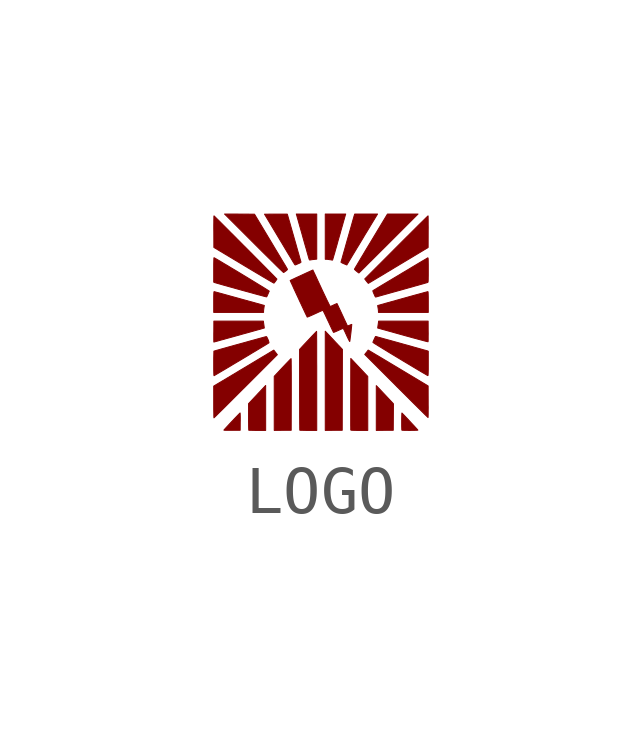
<source format=kicad_sym>
(kicad_symbol_lib
  (version 20220914)
  (generator "bitmap2component")
  (generator_version "9.0")
  (symbol "LOGO"
    (pin_names
      (offset 1.016))
    (property "Reference" "#G"
      (at 0 1.846 0)
      (effects (font (size 1.27 1.27)) hide))
    (symbol "LOGO_0_0"
      (polyline (pts (xy -1.859 -2.301) (xy -1.687 -2.3) (xy -1.686 -2.119) (xy -1.685 -2.111) (xy -1.685 -2.065) (xy -1.685 -2.024) (xy -1.686 -1.989) (xy -1.687 -1.962) (xy -1.688 -1.945) (xy -1.689 -1.939) (xy -1.694 -1.943) (xy -1.706 -1.955) (xy -1.725 -1.974) (xy -1.749 -1.999) (xy -1.778 -2.029) (xy -1.809 -2.061) (xy -1.841 -2.096) (xy -1.875 -2.131) (xy -1.908 -2.166) (xy -1.939 -2.2) (xy -1.967 -2.23) (xy -1.991 -2.256) (xy -2.01 -2.277) (xy -2.023 -2.291) (xy -2.027 -2.297) (xy -2.022 -2.299) (xy -2.006 -2.3) (xy -1.98 -2.301) (xy -1.945 -2.301) (xy -1.905 -2.301) (xy -1.859 -2.301)) (stroke (width 0.01) (type default)) (fill (type outline)))
      (polyline (pts (xy -1.155 -1.834) (xy -1.155 -1.365) (xy -1.202 -1.415) (xy -1.203 -1.416) (xy -1.221 -1.435) (xy -1.246 -1.461) (xy -1.275 -1.493) (xy -1.309 -1.528) (xy -1.344 -1.566) (xy -1.38 -1.604) (xy -1.512 -1.744) (xy -1.512 -2.019) (xy -1.512 -2.055) (xy -1.512 -2.111) (xy -1.511 -2.162) (xy -1.511 -2.207) (xy -1.51 -2.244) (xy -1.509 -2.273) (xy -1.508 -2.291) (xy -1.508 -2.298) (xy -1.508 -2.299) (xy -1.5 -2.3) (xy -1.481 -2.301) (xy -1.452 -2.301) (xy -1.417 -2.302) (xy -1.375 -2.303) (xy -1.329 -2.303) (xy -1.155 -2.303) (xy -1.155 -1.834)) (stroke (width 0.01) (type default)) (fill (type outline)))
      (polyline (pts (xy -0.799 -2.301) (xy -0.622 -2.3) (xy -0.62 -1.551) (xy -0.62 -1.547) (xy -0.62 -1.419) (xy -0.62 -1.304) (xy -0.62 -1.2) (xy -0.62 -1.108) (xy -0.621 -1.028) (xy -0.621 -0.96) (xy -0.622 -0.904) (xy -0.622 -0.861) (xy -0.623 -0.829) (xy -0.624 -0.811) (xy -0.625 -0.805) (xy -0.626 -0.805) (xy -0.634 -0.813) (xy -0.649 -0.828) (xy -0.671 -0.851) (xy -0.698 -0.879) (xy -0.73 -0.912) (xy -0.766 -0.95) (xy -0.804 -0.99) (xy -0.976 -1.174) (xy -0.976 -1.738) (xy -0.976 -2.303) (xy -0.799 -2.301)) (stroke (width 0.01) (type default)) (fill (type outline)))
      (polyline (pts (xy -0.089 -1.269) (xy -0.089 -1.179) (xy -0.089 -1.068) (xy -0.089 -0.961) (xy -0.09 -0.859) (xy -0.09 -0.762) (xy -0.09 -0.671) (xy -0.09 -0.587) (xy -0.09 -0.51) (xy -0.09 -0.442) (xy -0.091 -0.382) (xy -0.091 -0.331) (xy -0.091 -0.29) (xy -0.091 -0.261) (xy -0.092 -0.242) (xy -0.092 -0.236) (xy -0.093 -0.236) (xy -0.1 -0.244) (xy -0.115 -0.259) (xy -0.136 -0.281) (xy -0.162 -0.308) (xy -0.192 -0.339) (xy -0.224 -0.374) (xy -0.258 -0.41) (xy -0.293 -0.447) (xy -0.327 -0.483) (xy -0.36 -0.518) (xy -0.39 -0.55) (xy -0.416 -0.579) (xy -0.447 -0.612) (xy -0.447 -1.453) (xy -0.447 -1.488) (xy -0.447 -1.589) (xy -0.446 -1.687) (xy -0.446 -1.78) (xy -0.446 -1.868) (xy -0.446 -1.95) (xy -0.446 -2.025) (xy -0.445 -2.093) (xy -0.445 -2.152) (xy -0.444 -2.202) (xy -0.444 -2.243) (xy -0.443 -2.273) (xy -0.443 -2.292) (xy -0.442 -2.298) (xy -0.442 -2.299) (xy -0.434 -2.3) (xy -0.415 -2.301) (xy -0.387 -2.301) (xy -0.351 -2.302) (xy -0.31 -2.303) (xy -0.264 -2.303) (xy -0.089 -2.303) (xy -0.089 -1.269)) (stroke (width 0.01) (type default)) (fill (type outline)))
      (polyline (pts (xy 0.266 -2.301) (xy 0.443 -2.3) (xy 0.445 -1.456) (xy 0.447 -0.613) (xy 0.286 -0.442) (xy 0.251 -0.404) (xy 0.215 -0.366) (xy 0.183 -0.332) (xy 0.155 -0.302) (xy 0.132 -0.278) (xy 0.116 -0.261) (xy 0.108 -0.252) (xy 0.089 -0.233) (xy 0.089 -1.268) (xy 0.089 -2.303) (xy 0.266 -2.301)) (stroke (width 0.01) (type default)) (fill (type outline)))
      (polyline (pts (xy 0.976 -1.74) (xy 0.976 -1.177) (xy 0.799 -0.989) (xy 0.622 -0.801) (xy 0.62 -1.544) (xy 0.62 -1.595) (xy 0.62 -1.689) (xy 0.62 -1.78) (xy 0.62 -1.866) (xy 0.62 -1.947) (xy 0.62 -2.021) (xy 0.62 -2.088) (xy 0.62 -2.147) (xy 0.62 -2.197) (xy 0.621 -2.238) (xy 0.621 -2.268) (xy 0.621 -2.287) (xy 0.622 -2.295) (xy 0.623 -2.296) (xy 0.631 -2.299) (xy 0.646 -2.3) (xy 0.669 -2.301) (xy 0.702 -2.302) (xy 0.745 -2.303) (xy 0.8 -2.303) (xy 0.976 -2.303) (xy 0.976 -1.74)) (stroke (width 0.01) (type default)) (fill (type outline)))
      (polyline (pts (xy 1.331 -2.301) (xy 1.508 -2.3) (xy 1.51 -2.023) (xy 1.512 -1.748) (xy 1.358 -1.583) (xy 1.329 -1.552) (xy 1.293 -1.514) (xy 1.26 -1.479) (xy 1.231 -1.448) (xy 1.207 -1.423) (xy 1.189 -1.404) (xy 1.179 -1.394) (xy 1.154 -1.368) (xy 1.154 -1.836) (xy 1.154 -2.303) (xy 1.331 -2.301)) (stroke (width 0.01) (type default)) (fill (type outline)))
      (polyline (pts (xy 1.866 -2.303) (xy 1.905 -2.302) (xy 1.942 -2.302) (xy 1.974 -2.301) (xy 1.999 -2.3) (xy 2.016 -2.299) (xy 2.022 -2.297) (xy 2.019 -2.293) (xy 2.008 -2.28) (xy 1.99 -2.26) (xy 1.967 -2.235) (xy 1.94 -2.205) (xy 1.909 -2.172) (xy 1.877 -2.138) (xy 1.844 -2.102) (xy 1.812 -2.067) (xy 1.78 -2.034) (xy 1.752 -2.004) (xy 1.728 -1.979) (xy 1.708 -1.959) (xy 1.695 -1.945) (xy 1.689 -1.94) (xy 1.688 -1.945) (xy 1.687 -1.961) (xy 1.686 -1.986) (xy 1.685 -2.018) (xy 1.684 -2.055) (xy 1.684 -2.095) (xy 1.684 -2.136) (xy 1.684 -2.176) (xy 1.684 -2.214) (xy 1.685 -2.247) (xy 1.686 -2.273) (xy 1.687 -2.291) (xy 1.688 -2.298) (xy 1.69 -2.299) (xy 1.702 -2.3) (xy 1.723 -2.301) (xy 1.753 -2.302) (xy 1.788 -2.302) (xy 1.826 -2.303) (xy 1.866 -2.303)) (stroke (width 0.01) (type default)) (fill (type outline)))
      (polyline (pts (xy -2.234 -2.041) (xy -2.229 -2.036) (xy -2.215 -2.023) (xy -2.193 -2.002) (xy -2.164 -1.973) (xy -2.128 -1.937) (xy -2.085 -1.895) (xy -2.036 -1.847) (xy -1.982 -1.793) (xy -1.923 -1.734) (xy -1.859 -1.67) (xy -1.792 -1.603) (xy -1.721 -1.532) (xy -1.647 -1.458) (xy -1.57 -1.382) (xy -0.911 -0.723) (xy -0.948 -0.675) (xy -0.985 -0.627) (xy -1.046 -0.663) (xy -1.054 -0.668) (xy -1.075 -0.681) (xy -1.105 -0.699) (xy -1.145 -0.723) (xy -1.192 -0.751) (xy -1.246 -0.783) (xy -1.306 -0.819) (xy -1.372 -0.859) (xy -1.442 -0.901) (xy -1.517 -0.946) (xy -1.594 -0.992) (xy -1.673 -1.039) (xy -2.239 -1.378) (xy -2.239 -1.71) (xy -2.239 -1.734) (xy -2.239 -1.796) (xy -2.239 -1.854) (xy -2.238 -1.906) (xy -2.237 -1.952) (xy -2.237 -1.989) (xy -2.236 -2.017) (xy -2.235 -2.035) (xy -2.234 -2.041) (xy -2.234 -2.041)) (stroke (width 0.01) (type default)) (fill (type outline)))
      (polyline (pts (xy 2.234 -2.034) (xy 2.235 -2.023) (xy 2.236 -2.002) (xy 2.237 -1.97) (xy 2.237 -1.93) (xy 2.237 -1.882) (xy 2.238 -1.828) (xy 2.237 -1.768) (xy 2.237 -1.705) (xy 2.236 -1.375) (xy 1.611 -1) (xy 0.985 -0.626) (xy 0.974 -0.64) (xy 0.967 -0.65) (xy 0.954 -0.667) (xy 0.938 -0.686) (xy 0.913 -0.718) (xy 1.571 -1.376) (xy 1.573 -1.379) (xy 1.65 -1.455) (xy 1.724 -1.529) (xy 1.794 -1.599) (xy 1.862 -1.667) (xy 1.925 -1.73) (xy 1.984 -1.788) (xy 2.038 -1.842) (xy 2.087 -1.89) (xy 2.129 -1.932) (xy 2.165 -1.968) (xy 2.194 -1.996) (xy 2.216 -2.017) (xy 2.229 -2.03) (xy 2.234 -2.035) (xy 2.234 -2.034)) (stroke (width 0.01) (type default)) (fill (type outline)))
      (polyline (pts (xy -2.228 -1.159) (xy -2.214 -1.151) (xy -2.191 -1.137) (xy -2.159 -1.119) (xy -2.119 -1.095) (xy -2.073 -1.068) (xy -2.02 -1.037) (xy -1.963 -1.003) (xy -1.902 -0.967) (xy -1.838 -0.928) (xy -1.771 -0.888) (xy -1.703 -0.848) (xy -1.634 -0.807) (xy -1.566 -0.766) (xy -1.499 -0.726) (xy -1.434 -0.686) (xy -1.371 -0.649) (xy -1.313 -0.614) (xy -1.26 -0.582) (xy -1.212 -0.553) (xy -1.17 -0.528) (xy -1.136 -0.507) (xy -1.11 -0.491) (xy -1.094 -0.48) (xy -1.087 -0.476) (xy -1.086 -0.47) (xy -1.089 -0.455) (xy -1.095 -0.434) (xy -1.104 -0.41) (xy -1.115 -0.386) (xy -1.125 -0.365) (xy -1.134 -0.35) (xy -1.141 -0.345) (xy -1.146 -0.346) (xy -1.162 -0.35) (xy -1.189 -0.357) (xy -1.225 -0.367) (xy -1.27 -0.379) (xy -1.321 -0.393) (xy -1.378 -0.409) (xy -1.441 -0.426) (xy -1.507 -0.444) (xy -1.576 -0.464) (xy -1.646 -0.483) (xy -1.718 -0.503) (xy -1.788 -0.522) (xy -1.858 -0.542) (xy -1.924 -0.56) (xy -1.987 -0.578) (xy -2.045 -0.594) (xy -2.098 -0.609) (xy -2.143 -0.622) (xy -2.18 -0.632) (xy -2.209 -0.641) (xy -2.227 -0.646) (xy -2.234 -0.648) (xy -2.235 -0.649) (xy -2.236 -0.66) (xy -2.236 -0.682) (xy -2.237 -0.713) (xy -2.238 -0.752) (xy -2.239 -0.799) (xy -2.239 -0.85) (xy -2.239 -0.906) (xy -2.239 -0.975) (xy -2.239 -1.034) (xy -2.238 -1.081) (xy -2.237 -1.117) (xy -2.236 -1.142) (xy -2.234 -1.156) (xy -2.232 -1.161) (xy -2.228 -1.159)) (stroke (width 0.01) (type default)) (fill (type outline)))
      (polyline (pts (xy 2.231 -1.16) (xy 2.233 -1.156) (xy 2.235 -1.146) (xy 2.236 -1.129) (xy 2.237 -1.104) (xy 2.238 -1.071) (xy 2.239 -1.027) (xy 2.239 -0.972) (xy 2.239 -0.906) (xy 2.239 -0.65) (xy 2.224 -0.644) (xy 2.222 -0.643) (xy 2.208 -0.639) (xy 2.183 -0.632) (xy 2.149 -0.623) (xy 2.107 -0.611) (xy 2.057 -0.597) (xy 2.001 -0.581) (xy 1.939 -0.564) (xy 1.874 -0.545) (xy 1.806 -0.526) (xy 1.736 -0.507) (xy 1.665 -0.487) (xy 1.594 -0.467) (xy 1.524 -0.448) (xy 1.457 -0.429) (xy 1.394 -0.412) (xy 1.335 -0.396) (xy 1.282 -0.381) (xy 1.236 -0.368) (xy 1.197 -0.358) (xy 1.168 -0.349) (xy 1.148 -0.344) (xy 1.14 -0.342) (xy 1.139 -0.343) (xy 1.134 -0.35) (xy 1.126 -0.366) (xy 1.116 -0.388) (xy 1.105 -0.411) (xy 1.095 -0.434) (xy 1.087 -0.453) (xy 1.083 -0.465) (xy 1.087 -0.469) (xy 1.101 -0.478) (xy 1.124 -0.494) (xy 1.157 -0.514) (xy 1.198 -0.54) (xy 1.246 -0.569) (xy 1.301 -0.603) (xy 1.362 -0.64) (xy 1.428 -0.681) (xy 1.499 -0.724) (xy 1.574 -0.769) (xy 1.652 -0.816) (xy 1.719 -0.857) (xy 1.795 -0.902) (xy 1.867 -0.945) (xy 1.935 -0.986) (xy 1.997 -1.023) (xy 2.054 -1.057) (xy 2.104 -1.087) (xy 2.147 -1.112) (xy 2.182 -1.132) (xy 2.208 -1.148) (xy 2.224 -1.157) (xy 2.231 -1.16) (xy 2.231 -1.16)) (stroke (width 0.01) (type default)) (fill (type outline)))
      (polyline (pts (xy -2.235 -0.459) (xy -2.225 -0.456) (xy -2.203 -0.45) (xy -2.172 -0.442) (xy -2.132 -0.431) (xy -2.085 -0.417) (xy -2.031 -0.403) (xy -1.972 -0.386) (xy -1.91 -0.369) (xy -1.844 -0.351) (xy -1.776 -0.332) (xy -1.707 -0.313) (xy -1.638 -0.293) (xy -1.571 -0.275) (xy -1.506 -0.257) (xy -1.445 -0.24) (xy -1.389 -0.224) (xy -1.338 -0.21) (xy -1.294 -0.198) (xy -1.258 -0.188) (xy -1.232 -0.18) (xy -1.215 -0.175) (xy -1.183 -0.166) (xy -1.193 -0.094) (xy -1.203 -0.022) (xy -1.72 -0.022) (xy -2.236 -0.022) (xy -2.237 -0.241) (xy -2.238 -0.282) (xy -2.238 -0.33) (xy -2.238 -0.373) (xy -2.238 -0.408) (xy -2.237 -0.436) (xy -2.237 -0.453) (xy -2.236 -0.459) (xy -2.235 -0.459)) (stroke (width 0.01) (type default)) (fill (type outline)))
      (polyline (pts (xy 2.235 -0.449) (xy 2.236 -0.434) (xy 2.237 -0.409) (xy 2.237 -0.375) (xy 2.237 -0.333) (xy 2.238 -0.286) (xy 2.237 -0.236) (xy 2.236 -0.022) (xy 1.719 -0.022) (xy 1.203 -0.022) (xy 1.193 -0.094) (xy 1.189 -0.12) (xy 1.186 -0.144) (xy 1.184 -0.16) (xy 1.183 -0.166) (xy 1.186 -0.167) (xy 1.2 -0.171) (xy 1.226 -0.178) (xy 1.26 -0.188) (xy 1.304 -0.2) (xy 1.356 -0.214) (xy 1.415 -0.231) (xy 1.481 -0.249) (xy 1.552 -0.269) (xy 1.627 -0.29) (xy 1.706 -0.312) (xy 1.763 -0.328) (xy 1.84 -0.349) (xy 1.912 -0.369) (xy 1.98 -0.387) (xy 2.041 -0.404) (xy 2.096 -0.418) (xy 2.143 -0.431) (xy 2.181 -0.441) (xy 2.209 -0.448) (xy 2.227 -0.452) (xy 2.234 -0.453) (xy 2.235 -0.449)) (stroke (width 0.01) (type default)) (fill (type outline)))
      (polyline (pts (xy 0.601 -0.443) (xy 0.604 -0.428) (xy 0.607 -0.403) (xy 0.611 -0.371) (xy 0.616 -0.334) (xy 0.621 -0.294) (xy 0.626 -0.253) (xy 0.63 -0.212) (xy 0.634 -0.175) (xy 0.638 -0.142) (xy 0.64 -0.115) (xy 0.642 -0.098) (xy 0.642 -0.091) (xy 0.641 -0.091) (xy 0.634 -0.093) (xy 0.618 -0.099) (xy 0.597 -0.108) (xy 0.594 -0.109) (xy 0.574 -0.117) (xy 0.559 -0.122) (xy 0.552 -0.122) (xy 0.552 -0.121) (xy 0.547 -0.112) (xy 0.538 -0.092) (xy 0.525 -0.064) (xy 0.508 -0.028) (xy 0.488 0.014) (xy 0.467 0.061) (xy 0.443 0.112) (xy 0.436 0.128) (xy 0.413 0.177) (xy 0.392 0.222) (xy 0.373 0.262) (xy 0.357 0.296) (xy 0.345 0.321) (xy 0.337 0.338) (xy 0.334 0.344) (xy 0.329 0.343) (xy 0.314 0.337) (xy 0.292 0.328) (xy 0.266 0.316) (xy 0.243 0.305) (xy 0.219 0.294) (xy 0.202 0.286) (xy 0.194 0.283) (xy 0.194 0.283) (xy 0.189 0.289) (xy 0.18 0.306) (xy 0.166 0.333) (xy 0.148 0.37) (xy 0.126 0.414) (xy 0.101 0.467) (xy 0.073 0.526) (xy 0.042 0.591) (xy 0.009 0.661) (xy -0.004 0.69) (xy -0.034 0.754) (xy -0.062 0.814) (xy -0.087 0.869) (xy -0.11 0.919) (xy -0.13 0.961) (xy -0.147 0.996) (xy -0.159 1.022) (xy -0.167 1.039) (xy -0.169 1.045) (xy -0.171 1.044) (xy -0.182 1.039) (xy -0.203 1.03) (xy -0.231 1.017) (xy -0.266 1.001) (xy -0.306 0.983) (xy -0.349 0.963) (xy -0.394 0.942) (xy -0.439 0.921) (xy -0.483 0.901) (xy -0.525 0.882) (xy -0.562 0.864) (xy -0.595 0.849) (xy -0.62 0.837) (xy -0.636 0.829) (xy -0.643 0.826) (xy -0.642 0.822) (xy -0.635 0.808) (xy -0.625 0.784) (xy -0.61 0.753) (xy -0.592 0.714) (xy -0.572 0.668) (xy -0.549 0.619) (xy -0.524 0.565) (xy -0.498 0.509) (xy -0.471 0.452) (xy -0.445 0.394) (xy -0.418 0.338) (xy -0.393 0.284) (xy -0.369 0.233) (xy -0.347 0.186) (xy -0.328 0.145) (xy -0.312 0.112) (xy -0.299 0.086) (xy -0.291 0.069) (xy -0.288 0.062) (xy -0.288 0.062) (xy -0.28 0.064) (xy -0.263 0.07) (xy -0.237 0.081) (xy -0.205 0.095) (xy -0.167 0.112) (xy -0.125 0.131) (xy -0.123 0.132) (xy -0.081 0.151) (xy -0.043 0.169) (xy -0.011 0.183) (xy 0.015 0.194) (xy 0.032 0.201) (xy 0.039 0.203) (xy 0.04 0.202) (xy 0.045 0.194) (xy 0.055 0.175) (xy 0.069 0.147) (xy 0.086 0.112) (xy 0.105 0.071) (xy 0.127 0.024) (xy 0.151 -0.026) (xy 0.157 -0.038) (xy 0.18 -0.088) (xy 0.201 -0.133) (xy 0.22 -0.173) (xy 0.236 -0.207) (xy 0.249 -0.233) (xy 0.257 -0.25) (xy 0.261 -0.257) (xy 0.265 -0.257) (xy 0.279 -0.252) (xy 0.302 -0.243) (xy 0.33 -0.231) (xy 0.362 -0.217) (xy 0.387 -0.205) (xy 0.416 -0.192) (xy 0.441 -0.182) (xy 0.457 -0.176) (xy 0.464 -0.174) (xy 0.466 -0.177) (xy 0.473 -0.19) (xy 0.484 -0.212) (xy 0.498 -0.241) (xy 0.514 -0.276) (xy 0.532 -0.315) (xy 0.544 -0.342) (xy 0.561 -0.377) (xy 0.576 -0.407) (xy 0.588 -0.43) (xy 0.596 -0.444) (xy 0.6 -0.448) (xy 0.601 -0.443)) (stroke (width 0.01) (type default)) (fill (type outline)))
      (polyline (pts (xy -1.199 0.183) (xy -1.199 0.184) (xy -1.198 0.203) (xy -1.195 0.229) (xy -1.191 0.256) (xy -1.183 0.305) (xy -1.703 0.449) (xy -1.756 0.464) (xy -1.833 0.485) (xy -1.906 0.505) (xy -1.974 0.524) (xy -2.035 0.541) (xy -2.09 0.556) (xy -2.138 0.569) (xy -2.176 0.579) (xy -2.205 0.587) (xy -2.224 0.592) (xy -2.231 0.594) (xy -2.232 0.593) (xy -2.234 0.587) (xy -2.236 0.574) (xy -2.237 0.554) (xy -2.238 0.525) (xy -2.239 0.487) (xy -2.239 0.437) (xy -2.239 0.376) (xy -2.239 0.16) (xy -1.719 0.16) (xy -1.199 0.16) (xy -1.199 0.183)) (stroke (width 0.01) (type default)) (fill (type outline)))
      (polyline (pts (xy 2.239 0.376) (xy 2.239 0.412) (xy 2.239 0.466) (xy 2.238 0.509) (xy 2.237 0.542) (xy 2.236 0.566) (xy 2.235 0.582) (xy 2.233 0.591) (xy 2.231 0.594) (xy 2.227 0.593) (xy 2.212 0.589) (xy 2.187 0.582) (xy 2.151 0.573) (xy 2.106 0.56) (xy 2.054 0.546) (xy 1.994 0.53) (xy 1.928 0.512) (xy 1.857 0.492) (xy 1.782 0.471) (xy 1.703 0.449) (xy 1.183 0.304) (xy 1.19 0.256) (xy 1.191 0.255) (xy 1.195 0.227) (xy 1.198 0.202) (xy 1.199 0.183) (xy 1.199 0.16) (xy 1.719 0.16) (xy 2.239 0.16) (xy 2.239 0.376)) (stroke (width 0.01) (type default)) (fill (type outline)))
      (polyline (pts (xy -1.133 0.486) (xy -1.127 0.498) (xy -1.118 0.518) (xy -1.107 0.542) (xy -1.102 0.554) (xy -1.092 0.578) (xy -1.084 0.595) (xy -1.08 0.604) (xy -1.08 0.604) (xy -1.086 0.608) (xy -1.101 0.618) (xy -1.126 0.634) (xy -1.159 0.655) (xy -1.199 0.68) (xy -1.246 0.709) (xy -1.299 0.741) (xy -1.356 0.776) (xy -1.418 0.814) (xy -1.482 0.853) (xy -1.549 0.894) (xy -1.617 0.935) (xy -1.686 0.977) (xy -1.754 1.018) (xy -1.821 1.058) (xy -1.887 1.097) (xy -1.948 1.135) (xy -2.007 1.169) (xy -2.06 1.201) (xy -2.108 1.23) (xy -2.149 1.254) (xy -2.183 1.274) (xy -2.209 1.289) (xy -2.226 1.298) (xy -2.233 1.301) (xy -2.235 1.295) (xy -2.236 1.277) (xy -2.237 1.249) (xy -2.238 1.21) (xy -2.239 1.163) (xy -2.239 1.108) (xy -2.239 1.046) (xy -2.239 0.791) (xy -2.225 0.784) (xy -2.219 0.782) (xy -2.201 0.777) (xy -2.173 0.769) (xy -2.135 0.758) (xy -2.089 0.745) (xy -2.034 0.729) (xy -1.972 0.712) (xy -1.905 0.693) (xy -1.832 0.673) (xy -1.755 0.651) (xy -1.675 0.629) (xy -1.607 0.61) (xy -1.53 0.589) (xy -1.457 0.569) (xy -1.389 0.55) (xy -1.327 0.533) (xy -1.273 0.519) (xy -1.226 0.506) (xy -1.188 0.496) (xy -1.159 0.489) (xy -1.141 0.485) (xy -1.135 0.484) (xy -1.133 0.486)) (stroke (width 0.01) (type default)) (fill (type outline)))
      (polyline (pts (xy 1.148 0.482) (xy 1.165 0.486) (xy 1.192 0.494) (xy 1.228 0.504) (xy 1.274 0.517) (xy 1.328 0.532) (xy 1.389 0.549) (xy 1.456 0.568) (xy 1.528 0.588) (xy 1.604 0.609) (xy 1.684 0.631) (xy 1.747 0.649) (xy 1.825 0.671) (xy 1.898 0.691) (xy 1.966 0.711) (xy 2.029 0.728) (xy 2.084 0.744) (xy 2.132 0.757) (xy 2.171 0.769) (xy 2.201 0.777) (xy 2.22 0.783) (xy 2.228 0.785) (xy 2.228 0.786) (xy 2.231 0.788) (xy 2.233 0.793) (xy 2.235 0.8) (xy 2.236 0.813) (xy 2.237 0.831) (xy 2.238 0.856) (xy 2.238 0.888) (xy 2.239 0.93) (xy 2.239 0.983) (xy 2.239 1.047) (xy 2.239 1.104) (xy 2.239 1.158) (xy 2.238 1.201) (xy 2.238 1.234) (xy 2.237 1.26) (xy 2.236 1.278) (xy 2.235 1.289) (xy 2.233 1.296) (xy 2.231 1.299) (xy 2.229 1.299) (xy 2.225 1.297) (xy 2.21 1.288) (xy 2.187 1.274) (xy 2.155 1.255) (xy 2.115 1.232) (xy 2.068 1.204) (xy 2.016 1.173) (xy 1.959 1.139) (xy 1.897 1.102) (xy 1.833 1.063) (xy 1.766 1.023) (xy 1.698 0.983) (xy 1.629 0.941) (xy 1.56 0.9) (xy 1.493 0.86) (xy 1.428 0.821) (xy 1.366 0.784) (xy 1.307 0.749) (xy 1.254 0.717) (xy 1.206 0.688) (xy 1.165 0.663) (xy 1.131 0.642) (xy 1.105 0.627) (xy 1.089 0.617) (xy 1.083 0.613) (xy 1.082 0.612) (xy 1.083 0.604) (xy 1.088 0.588) (xy 1.096 0.567) (xy 1.106 0.545) (xy 1.117 0.521) (xy 1.125 0.502) (xy 1.127 0.497) (xy 1.136 0.483) (xy 1.143 0.48) (xy 1.148 0.482)) (stroke (width 0.01) (type default)) (fill (type outline)))
      (polyline (pts (xy -0.981 0.771) (xy -0.971 0.783) (xy -0.958 0.799) (xy -0.944 0.818) (xy -0.932 0.836) (xy -0.923 0.849) (xy -0.92 0.855) (xy -0.921 0.857) (xy -0.93 0.866) (xy -0.947 0.883) (xy -0.971 0.908) (xy -1.002 0.94) (xy -1.04 0.978) (xy -1.083 1.022) (xy -1.131 1.07) (xy -1.183 1.123) (xy -1.24 1.18) (xy -1.299 1.24) (xy -1.362 1.303) (xy -1.426 1.368) (xy -1.492 1.434) (xy -1.558 1.501) (xy -1.625 1.567) (xy -1.691 1.634) (xy -1.756 1.699) (xy -1.819 1.763) (xy -1.881 1.824) (xy -1.939 1.883) (xy -1.994 1.938) (xy -2.044 1.988) (xy -2.09 2.034) (xy -2.131 2.075) (xy -2.166 2.109) (xy -2.194 2.137) (xy -2.215 2.158) (xy -2.228 2.171) (xy -2.233 2.175) (xy -2.233 2.175) (xy -2.235 2.168) (xy -2.236 2.149) (xy -2.236 2.12) (xy -2.237 2.081) (xy -2.237 2.033) (xy -2.238 1.977) (xy -2.238 1.914) (xy -2.237 1.845) (xy -2.236 1.516) (xy -1.611 1.141) (xy -1.577 1.12) (xy -1.496 1.072) (xy -1.419 1.026) (xy -1.345 0.982) (xy -1.277 0.942) (xy -1.214 0.904) (xy -1.157 0.871) (xy -1.107 0.841) (xy -1.064 0.816) (xy -1.029 0.796) (xy -1.004 0.782) (xy -0.988 0.773) (xy -0.982 0.77) (xy -0.981 0.771)) (stroke (width 0.01) (type default)) (fill (type outline)))
      (polyline (pts (xy 0.989 0.766) (xy 0.999 0.772) (xy 1.019 0.784) (xy 1.048 0.801) (xy 1.086 0.824) (xy 1.131 0.851) (xy 1.184 0.883) (xy 1.244 0.918) (xy 1.309 0.957) (xy 1.379 1) (xy 1.454 1.044) (xy 1.532 1.092) (xy 1.614 1.141) (xy 2.236 1.515) (xy 2.237 1.845) (xy 2.237 1.868) (xy 2.238 1.931) (xy 2.237 1.988) (xy 2.237 2.04) (xy 2.237 2.086) (xy 2.236 2.123) (xy 2.236 2.151) (xy 2.235 2.169) (xy 2.234 2.175) (xy 2.229 2.17) (xy 2.215 2.157) (xy 2.193 2.136) (xy 2.164 2.107) (xy 2.128 2.071) (xy 2.085 2.029) (xy 2.036 1.981) (xy 1.982 1.927) (xy 1.923 1.868) (xy 1.86 1.805) (xy 1.792 1.738) (xy 1.721 1.667) (xy 1.647 1.593) (xy 1.571 1.517) (xy 0.913 0.858) (xy 0.948 0.812) (xy 0.957 0.801) (xy 0.972 0.783) (xy 0.983 0.77) (xy 0.988 0.766) (xy 0.989 0.766)) (stroke (width 0.01) (type default)) (fill (type outline)))
      (polyline (pts (xy 0.792 0.984) (xy 0.802 0.993) (xy 0.82 1.011) (xy 0.846 1.036) (xy 0.878 1.068) (xy 0.918 1.107) (xy 0.963 1.153) (xy 1.014 1.204) (xy 1.071 1.26) (xy 1.131 1.32) (xy 1.196 1.385) (xy 1.264 1.453) (xy 1.336 1.524) (xy 1.41 1.598) (xy 2.025 2.213) (xy 1.706 2.213) (xy 1.387 2.213) (xy 1.043 1.641) (xy 1.002 1.573) (xy 0.956 1.497) (xy 0.913 1.425) (xy 0.873 1.357) (xy 0.835 1.295) (xy 0.802 1.238) (xy 0.772 1.188) (xy 0.747 1.145) (xy 0.726 1.111) (xy 0.711 1.085) (xy 0.702 1.068) (xy 0.698 1.062) (xy 0.699 1.059) (xy 0.708 1.049) (xy 0.723 1.035) (xy 0.743 1.018) (xy 0.753 1.01) (xy 0.771 0.996) (xy 0.785 0.986) (xy 0.791 0.982) (xy 0.792 0.984)) (stroke (width 0.01) (type default)) (fill (type outline)))
      (polyline (pts (xy -0.78 0.992) (xy -0.77 0.998) (xy -0.754 1.01) (xy -0.734 1.024) (xy -0.72 1.036) (xy -0.706 1.048) (xy -0.701 1.058) (xy -0.702 1.065) (xy -0.705 1.069) (xy -0.714 1.084) (xy -0.728 1.109) (xy -0.748 1.143) (xy -0.773 1.184) (xy -0.803 1.234) (xy -0.836 1.289) (xy -0.873 1.351) (xy -0.913 1.418) (xy -0.956 1.489) (xy -1.001 1.565) (xy -1.048 1.643) (xy -1.388 2.21) (xy -1.7 2.212) (xy -2.013 2.213) (xy -1.4 1.601) (xy -1.361 1.562) (xy -1.288 1.489) (xy -1.219 1.42) (xy -1.152 1.354) (xy -1.089 1.292) (xy -1.031 1.234) (xy -0.977 1.181) (xy -0.929 1.133) (xy -0.887 1.092) (xy -0.851 1.057) (xy -0.821 1.029) (xy -0.799 1.008) (xy -0.786 0.996) (xy -0.78 0.992) (xy -0.78 0.992)) (stroke (width 0.01) (type default)) (fill (type outline)))
      (polyline (pts (xy -0.53 1.152) (xy -0.516 1.158) (xy -0.496 1.167) (xy -0.471 1.178) (xy -0.454 1.185) (xy -0.434 1.195) (xy -0.423 1.202) (xy -0.418 1.208) (xy -0.419 1.215) (xy -0.419 1.217) (xy -0.423 1.229) (xy -0.429 1.252) (xy -0.439 1.285) (xy -0.451 1.327) (xy -0.465 1.378) (xy -0.482 1.435) (xy -0.5 1.499) (xy -0.519 1.568) (xy -0.54 1.641) (xy -0.562 1.718) (xy -0.57 1.747) (xy -0.592 1.823) (xy -0.612 1.894) (xy -0.631 1.96) (xy -0.648 2.021) (xy -0.664 2.075) (xy -0.677 2.121) (xy -0.688 2.159) (xy -0.696 2.187) (xy -0.702 2.205) (xy -0.704 2.211) (xy -0.704 2.211) (xy -0.711 2.212) (xy -0.73 2.212) (xy -0.758 2.212) (xy -0.795 2.212) (xy -0.84 2.212) (xy -0.889 2.212) (xy -0.943 2.212) (xy -1.179 2.21) (xy -0.87 1.694) (xy -0.859 1.675) (xy -0.814 1.601) (xy -0.772 1.53) (xy -0.732 1.463) (xy -0.695 1.401) (xy -0.66 1.344) (xy -0.63 1.294) (xy -0.604 1.25) (xy -0.583 1.214) (xy -0.566 1.187) (xy -0.556 1.17) (xy -0.551 1.162) (xy -0.542 1.153) (xy -0.534 1.151) (xy -0.53 1.152)) (stroke (width 0.01) (type default)) (fill (type outline)))
      (polyline (pts (xy 0.635 1.31) (xy 0.637 1.313) (xy 0.658 1.349) (xy 0.685 1.393) (xy 0.717 1.446) (xy 0.752 1.505) (xy 0.791 1.568) (xy 0.831 1.635) (xy 0.873 1.704) (xy 0.914 1.774) (xy 0.956 1.842) (xy 1.18 2.213) (xy 0.941 2.213) (xy 0.703 2.213) (xy 0.693 2.18) (xy 0.693 2.18) (xy 0.689 2.168) (xy 0.683 2.145) (xy 0.673 2.112) (xy 0.661 2.069) (xy 0.647 2.019) (xy 0.631 1.962) (xy 0.613 1.898) (xy 0.593 1.829) (xy 0.573 1.757) (xy 0.551 1.682) (xy 0.549 1.675) (xy 0.528 1.6) (xy 0.508 1.53) (xy 0.49 1.464) (xy 0.472 1.403) (xy 0.457 1.349) (xy 0.444 1.302) (xy 0.433 1.264) (xy 0.425 1.235) (xy 0.419 1.217) (xy 0.417 1.21) (xy 0.418 1.206) (xy 0.429 1.199) (xy 0.449 1.188) (xy 0.476 1.176) (xy 0.539 1.15) (xy 0.635 1.31)) (stroke (width 0.01) (type default)) (fill (type outline)))
      (polyline (pts (xy -0.226 1.254) (xy -0.209 1.257) (xy -0.185 1.261) (xy -0.156 1.264) (xy -0.089 1.272) (xy -0.089 1.743) (xy -0.089 2.213) (xy -0.303 2.213) (xy -0.516 2.213) (xy -0.51 2.196) (xy -0.508 2.189) (xy -0.503 2.171) (xy -0.495 2.142) (xy -0.484 2.104) (xy -0.471 2.058) (xy -0.456 2.004) (xy -0.439 1.944) (xy -0.42 1.878) (xy -0.4 1.808) (xy -0.38 1.735) (xy -0.363 1.675) (xy -0.343 1.604) (xy -0.324 1.537) (xy -0.306 1.476) (xy -0.291 1.42) (xy -0.277 1.372) (xy -0.266 1.332) (xy -0.257 1.301) (xy -0.251 1.28) (xy -0.248 1.271) (xy -0.241 1.256) (xy -0.232 1.253) (xy -0.226 1.254)) (stroke (width 0.01) (type default)) (fill (type outline)))
      (polyline (pts (xy 0.239 1.251) (xy 0.24 1.252) (xy 0.242 1.256) (xy 0.244 1.261) (xy 0.247 1.271) (xy 0.251 1.285) (xy 0.257 1.304) (xy 0.264 1.329) (xy 0.273 1.36) (xy 0.285 1.399) (xy 0.298 1.447) (xy 0.314 1.503) (xy 0.333 1.569) (xy 0.354 1.647) (xy 0.379 1.735) (xy 0.397 1.796) (xy 0.416 1.866) (xy 0.435 1.933) (xy 0.453 1.994) (xy 0.468 2.049) (xy 0.482 2.097) (xy 0.493 2.136) (xy 0.502 2.167) (xy 0.507 2.187) (xy 0.51 2.196) (xy 0.516 2.213) (xy 0.303 2.213) (xy 0.089 2.213) (xy 0.089 1.741) (xy 0.089 1.269) (xy 0.113 1.269) (xy 0.114 1.269) (xy 0.132 1.268) (xy 0.158 1.264) (xy 0.185 1.26) (xy 0.189 1.26) (xy 0.212 1.256) (xy 0.229 1.252) (xy 0.237 1.251) (xy 0.238 1.251) (xy 0.239 1.251)) (stroke (width 0.01) (type default)) (fill (type outline))))))
</source>
